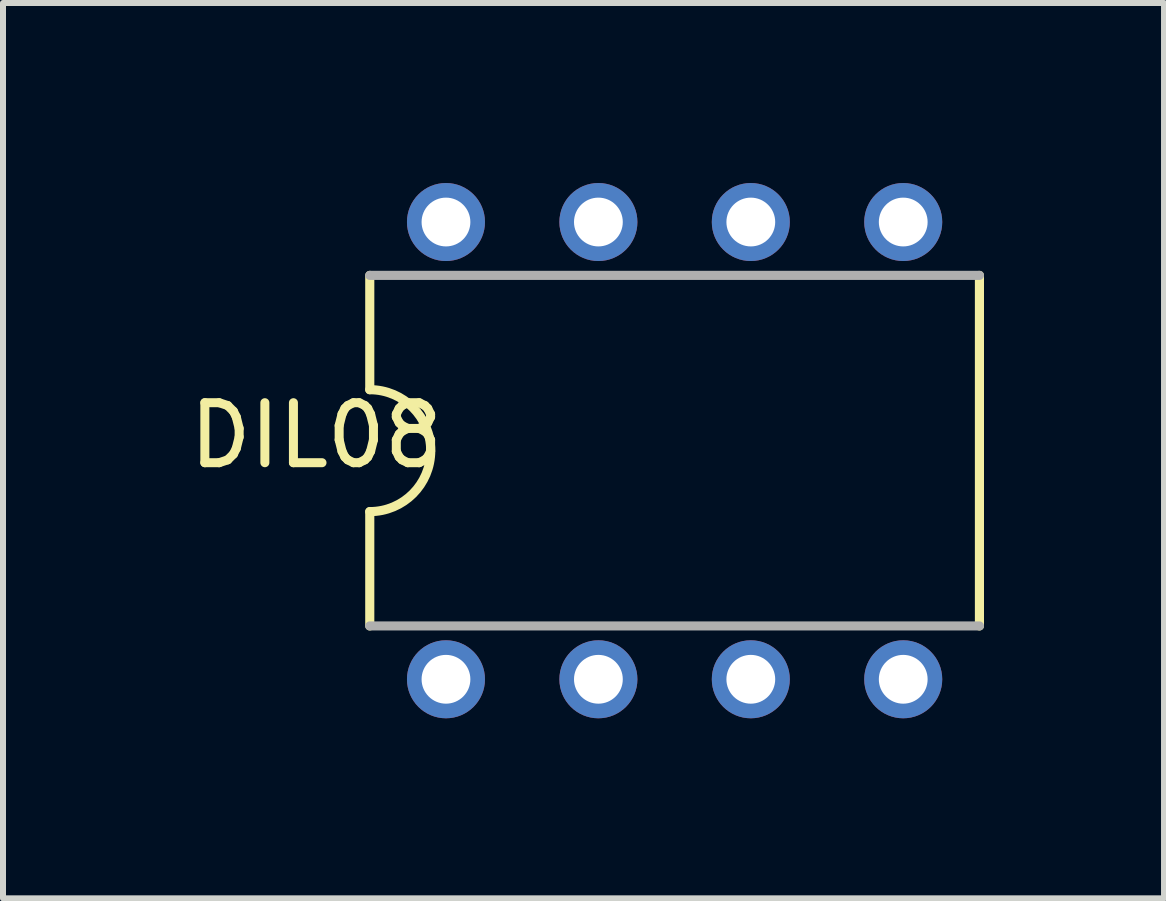
<source format=kicad_pcb>
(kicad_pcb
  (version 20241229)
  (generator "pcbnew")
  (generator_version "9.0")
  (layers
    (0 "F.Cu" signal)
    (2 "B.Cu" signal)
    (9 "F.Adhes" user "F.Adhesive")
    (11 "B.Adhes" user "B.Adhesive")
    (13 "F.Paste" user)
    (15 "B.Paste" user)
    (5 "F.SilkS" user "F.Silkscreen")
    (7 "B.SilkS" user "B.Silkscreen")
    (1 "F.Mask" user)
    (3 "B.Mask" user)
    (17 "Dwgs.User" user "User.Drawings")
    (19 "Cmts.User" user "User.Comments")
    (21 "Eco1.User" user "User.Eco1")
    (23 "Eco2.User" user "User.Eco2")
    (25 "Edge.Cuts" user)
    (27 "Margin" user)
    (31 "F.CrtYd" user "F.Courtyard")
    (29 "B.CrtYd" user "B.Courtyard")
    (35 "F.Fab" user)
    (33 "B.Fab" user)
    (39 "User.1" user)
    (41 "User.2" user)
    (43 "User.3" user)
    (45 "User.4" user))
  (footprint "DIL08"
    (layer "F.Cu")
    (at 8.192 4.46)
    (property "Reference" "DIL08" (at -5.971 -0.254 180) (layer "F.SilkS") (effects (font (size 1 1) (thickness 0.15))))
    (attr through_hole)
    (fp_line (start -5.08 -2.921) (end -5.08 -1.016) (stroke (width 0.152) (type solid)) (layer "F.SilkS"))
    (fp_line (start -5.08 2.921) (end -5.08 1.016) (stroke (width 0.152) (type solid)) (layer "F.SilkS"))
    (fp_line (start 5.08 -2.921) (end 5.08 2.921) (stroke (width 0.152) (type solid)) (layer "F.SilkS"))
    (fp_arc (start -5.08 -1.016) (mid -4.064 0) (end -5.08 1.016) (stroke (width 0.1524) (type solid)) (layer "F.SilkS"))
    (fp_line (start -5.08 2.921) (end 5.08 2.921) (stroke (width 0.152) (type solid)) (layer "F.Fab"))
    (fp_line (start 5.08 -2.921) (end -5.08 -2.921) (stroke (width 0.152) (type solid)) (layer "F.Fab"))
    (pad "1" thru_hole circle (at -3.81 3.81) (size 1.3 1.3) (drill 0.813) (layers "*.Cu" "*.Mask"))
    (pad "2" thru_hole circle (at -1.27 3.81) (size 1.3 1.3) (drill 0.813) (layers "*.Cu" "*.Mask"))
    (pad "3" thru_hole circle (at 1.27 3.81) (size 1.3 1.3) (drill 0.813) (layers "*.Cu" "*.Mask"))
    (pad "4" thru_hole circle (at 3.81 3.81) (size 1.3 1.3) (drill 0.813) (layers "*.Cu" "*.Mask"))
    (pad "5" thru_hole circle (at 3.81 -3.81) (size 1.3 1.3) (drill 0.813) (layers "*.Cu" "*.Mask"))
    (pad "6" thru_hole circle (at 1.27 -3.81) (size 1.3 1.3) (drill 0.813) (layers "*.Cu" "*.Mask"))
    (pad "7" thru_hole circle (at -1.27 -3.81) (size 1.3 1.3) (drill 0.813) (layers "*.Cu" "*.Mask"))
    (pad "8" thru_hole circle (at -3.81 -3.81) (size 1.3 1.3) (drill 0.813) (layers "*.Cu" "*.Mask")))
  (gr_rect
    (start -3 -3)
    (end 16.348 11.92)
    (stroke (width 0.1) (type default))
    (fill no)
    (layer "Edge.Cuts")))
</source>
